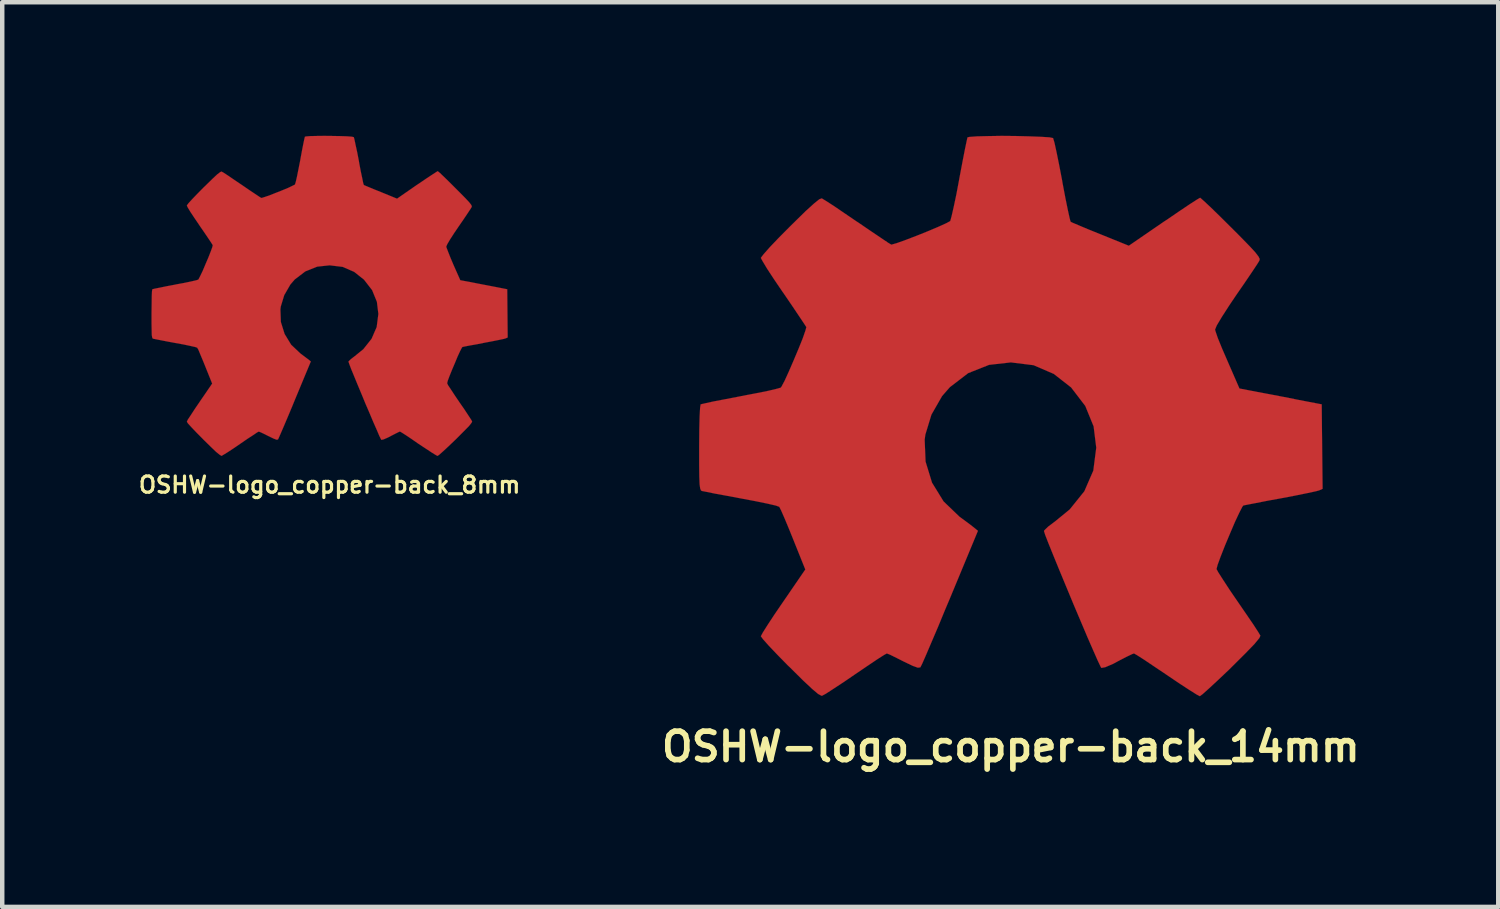
<source format=kicad_pcb>
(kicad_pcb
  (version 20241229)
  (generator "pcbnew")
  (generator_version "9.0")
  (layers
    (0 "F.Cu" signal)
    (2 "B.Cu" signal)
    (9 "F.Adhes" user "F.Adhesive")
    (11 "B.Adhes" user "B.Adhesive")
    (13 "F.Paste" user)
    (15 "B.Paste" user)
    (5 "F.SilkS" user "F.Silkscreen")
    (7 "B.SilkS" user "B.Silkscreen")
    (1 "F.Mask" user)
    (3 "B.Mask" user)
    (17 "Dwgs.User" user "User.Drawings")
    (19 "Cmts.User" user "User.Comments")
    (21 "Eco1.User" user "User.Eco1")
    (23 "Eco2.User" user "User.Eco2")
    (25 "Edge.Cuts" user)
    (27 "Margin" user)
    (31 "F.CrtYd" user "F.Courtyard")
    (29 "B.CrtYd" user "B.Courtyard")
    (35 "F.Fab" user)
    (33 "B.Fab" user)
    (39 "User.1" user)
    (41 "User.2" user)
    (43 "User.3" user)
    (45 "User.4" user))
  (footprint "OSHW-logo_copper-back_8mm"
    (layer "F.Cu")
    (at 4.351 3.595)
    (property "Reference" "OSHW-logo_copper-back_8mm" (at 0 4.242 0) (layer "F.SilkS") (effects (font (size 0.363 0.363) (thickness 0.071))))
    (attr through_hole)
    (fp_poly (pts (xy 2.423 3.592) (xy 2.383 3.571) (xy 2.289 3.513) (xy 2.154 3.424) (xy 1.996 3.32) (xy 1.839 3.211) (xy 1.709 3.124) (xy 1.618 3.066) (xy 1.58 3.045) (xy 1.56 3.051) (xy 1.483 3.089) (xy 1.374 3.145) (xy 1.311 3.178) (xy 1.212 3.221) (xy 1.161 3.231) (xy 1.153 3.216) (xy 1.115 3.139) (xy 1.059 3.007) (xy 0.983 2.835) (xy 0.897 2.631) (xy 0.803 2.413) (xy 0.711 2.189) (xy 0.622 1.976) (xy 0.544 1.786) (xy 0.48 1.631) (xy 0.439 1.521) (xy 0.424 1.476) (xy 0.429 1.466) (xy 0.48 1.417) (xy 0.566 1.351) (xy 0.757 1.196) (xy 0.942 0.963) (xy 1.057 0.699) (xy 1.095 0.404) (xy 1.062 0.132) (xy 0.955 -0.13) (xy 0.772 -0.366) (xy 0.551 -0.541) (xy 0.292 -0.653) (xy 0 -0.688) (xy -0.279 -0.658) (xy -0.546 -0.551) (xy -0.782 -0.371) (xy -0.881 -0.257) (xy -1.019 -0.018) (xy -1.097 0.239) (xy -1.105 0.302) (xy -1.095 0.584) (xy -1.011 0.853) (xy -0.864 1.095) (xy -0.658 1.29) (xy -0.63 1.311) (xy -0.536 1.382) (xy -0.472 1.43) (xy -0.422 1.471) (xy -0.78 2.332) (xy -0.836 2.469) (xy -0.935 2.705) (xy -1.021 2.908) (xy -1.09 3.068) (xy -1.138 3.178) (xy -1.158 3.221) (xy -1.161 3.223) (xy -1.191 3.228) (xy -1.257 3.203) (xy -1.377 3.145) (xy -1.458 3.104) (xy -1.549 3.061) (xy -1.59 3.045) (xy -1.626 3.063) (xy -1.712 3.122) (xy -1.841 3.205) (xy -1.994 3.31) (xy -2.141 3.411) (xy -2.276 3.5) (xy -2.375 3.561) (xy -2.423 3.589) (xy -2.431 3.589) (xy -2.471 3.564) (xy -2.55 3.5) (xy -2.667 3.388) (xy -2.832 3.226) (xy -2.857 3.2) (xy -2.995 3.061) (xy -3.106 2.944) (xy -3.18 2.863) (xy -3.205 2.824) (xy -3.183 2.776) (xy -3.119 2.68) (xy -3.03 2.543) (xy -2.921 2.383) (xy -2.637 1.968) (xy -2.794 1.577) (xy -2.842 1.458) (xy -2.903 1.313) (xy -2.946 1.209) (xy -2.972 1.163) (xy -3.012 1.148) (xy -3.122 1.123) (xy -3.277 1.09) (xy -3.459 1.057) (xy -3.637 1.024) (xy -3.797 0.993) (xy -3.912 0.97) (xy -3.962 0.96) (xy -3.975 0.953) (xy -3.985 0.927) (xy -3.993 0.874) (xy -3.995 0.777) (xy -3.998 0.625) (xy -3.998 0.404) (xy -3.998 0.381) (xy -3.995 0.17) (xy -3.993 0.003) (xy -3.988 -0.107) (xy -3.98 -0.15) (xy -3.929 -0.163) (xy -3.818 -0.185) (xy -3.658 -0.218) (xy -3.467 -0.254) (xy -3.457 -0.257) (xy -3.266 -0.292) (xy -3.109 -0.325) (xy -2.997 -0.351) (xy -2.951 -0.366) (xy -2.941 -0.378) (xy -2.903 -0.452) (xy -2.847 -0.569) (xy -2.786 -0.714) (xy -2.723 -0.861) (xy -2.67 -0.996) (xy -2.634 -1.095) (xy -2.624 -1.14) (xy -2.652 -1.186) (xy -2.718 -1.285) (xy -2.809 -1.42) (xy -2.921 -1.582) (xy -2.929 -1.595) (xy -3.038 -1.755) (xy -3.127 -1.89) (xy -3.185 -1.986) (xy -3.205 -2.029) (xy -3.205 -2.032) (xy -3.17 -2.08) (xy -3.089 -2.169) (xy -2.972 -2.291) (xy -2.832 -2.433) (xy -2.786 -2.477) (xy -2.631 -2.629) (xy -2.525 -2.728) (xy -2.456 -2.781) (xy -2.423 -2.794) (xy -2.423 -2.791) (xy -2.375 -2.764) (xy -2.273 -2.697) (xy -2.136 -2.603) (xy -1.974 -2.494) (xy -1.963 -2.487) (xy -1.803 -2.377) (xy -1.671 -2.289) (xy -1.575 -2.225) (xy -1.534 -2.2) (xy -1.527 -2.2) (xy -1.463 -2.22) (xy -1.349 -2.258) (xy -1.209 -2.314) (xy -1.062 -2.372) (xy -0.927 -2.428) (xy -0.826 -2.477) (xy -0.777 -2.502) (xy -0.777 -2.504) (xy -0.759 -2.563) (xy -0.732 -2.682) (xy -0.699 -2.847) (xy -0.66 -3.043) (xy -0.655 -3.073) (xy -0.62 -3.264) (xy -0.589 -3.421) (xy -0.566 -3.531) (xy -0.554 -3.576) (xy -0.528 -3.581) (xy -0.434 -3.589) (xy -0.292 -3.592) (xy -0.119 -3.594) (xy 0.061 -3.592) (xy 0.236 -3.589) (xy 0.389 -3.584) (xy 0.495 -3.576) (xy 0.541 -3.566) (xy 0.544 -3.564) (xy 0.559 -3.505) (xy 0.584 -3.386) (xy 0.62 -3.221) (xy 0.658 -3.023) (xy 0.663 -2.99) (xy 0.699 -2.799) (xy 0.732 -2.644) (xy 0.754 -2.535) (xy 0.767 -2.494) (xy 0.782 -2.484) (xy 0.861 -2.451) (xy 0.988 -2.398) (xy 1.148 -2.334) (xy 1.514 -2.184) (xy 1.961 -2.494) (xy 2.004 -2.522) (xy 2.164 -2.631) (xy 2.299 -2.72) (xy 2.39 -2.779) (xy 2.428 -2.802) (xy 2.431 -2.799) (xy 2.477 -2.761) (xy 2.565 -2.677) (xy 2.687 -2.558) (xy 2.827 -2.418) (xy 2.931 -2.314) (xy 3.056 -2.187) (xy 3.134 -2.103) (xy 3.178 -2.047) (xy 3.193 -2.014) (xy 3.188 -1.994) (xy 3.16 -1.948) (xy 3.094 -1.849) (xy 3.002 -1.712) (xy 2.893 -1.554) (xy 2.802 -1.42) (xy 2.705 -1.27) (xy 2.642 -1.163) (xy 2.619 -1.11) (xy 2.624 -1.087) (xy 2.657 -1.001) (xy 2.71 -0.866) (xy 2.776 -0.709) (xy 2.934 -0.353) (xy 3.167 -0.31) (xy 3.307 -0.282) (xy 3.505 -0.244) (xy 3.693 -0.208) (xy 3.988 -0.15) (xy 3.998 0.932) (xy 3.952 0.953) (xy 3.909 0.965) (xy 3.8 0.988) (xy 3.645 1.019) (xy 3.459 1.054) (xy 3.305 1.085) (xy 3.145 1.113) (xy 3.033 1.135) (xy 2.982 1.146) (xy 2.969 1.163) (xy 2.929 1.24) (xy 2.873 1.361) (xy 2.812 1.509) (xy 2.748 1.659) (xy 2.692 1.798) (xy 2.652 1.905) (xy 2.639 1.961) (xy 2.659 2.004) (xy 2.72 2.095) (xy 2.807 2.228) (xy 2.913 2.385) (xy 3.023 2.543) (xy 3.111 2.677) (xy 3.175 2.774) (xy 3.2 2.817) (xy 3.188 2.847) (xy 3.127 2.924) (xy 3.007 3.045) (xy 2.832 3.221) (xy 2.802 3.249) (xy 2.662 3.383) (xy 2.543 3.493) (xy 2.461 3.566) (xy 2.423 3.592)) (stroke (width 0.003) (type solid)) (fill yes) (layer "F.Cu")))
  (footprint "OSHW-logo_copper-back_14mm"
    (layer "F.Cu")
    (at 19.647 6.293)
    (property "Reference" "OSHW-logo_copper-back_14mm" (at 0 7.424 0) (layer "F.SilkS") (effects (font (size 0.638 0.638) (thickness 0.127))))
    (attr through_hole)
    (fp_poly (pts (xy 4.244 6.289) (xy 4.171 6.251) (xy 4.006 6.147) (xy 3.772 5.994) (xy 3.498 5.809) (xy 3.218 5.621) (xy 2.992 5.469) (xy 2.832 5.367) (xy 2.766 5.329) (xy 2.728 5.342) (xy 2.596 5.405) (xy 2.405 5.504) (xy 2.296 5.563) (xy 2.118 5.639) (xy 2.032 5.654) (xy 2.017 5.629) (xy 1.953 5.494) (xy 1.852 5.265) (xy 1.72 4.963) (xy 1.57 4.608) (xy 1.407 4.224) (xy 1.245 3.833) (xy 1.09 3.459) (xy 0.953 3.124) (xy 0.843 2.852) (xy 0.77 2.664) (xy 0.744 2.581) (xy 0.752 2.565) (xy 0.841 2.479) (xy 0.993 2.365) (xy 1.323 2.095) (xy 1.651 1.687) (xy 1.852 1.224) (xy 1.918 0.709) (xy 1.859 0.231) (xy 1.671 -0.229) (xy 1.354 -0.643) (xy 0.965 -0.947) (xy 0.511 -1.143) (xy 0 -1.206) (xy -0.488 -1.151) (xy -0.958 -0.965) (xy -1.369 -0.65) (xy -1.544 -0.45) (xy -1.783 -0.033) (xy -1.92 0.417) (xy -1.935 0.531) (xy -1.915 1.021) (xy -1.77 1.494) (xy -1.511 1.915) (xy -1.151 2.261) (xy -1.105 2.294) (xy -0.937 2.418) (xy -0.826 2.504) (xy -0.739 2.576) (xy -1.364 4.082) (xy -1.466 4.323) (xy -1.636 4.735) (xy -1.788 5.09) (xy -1.908 5.372) (xy -1.991 5.56) (xy -2.029 5.636) (xy -2.032 5.641) (xy -2.088 5.649) (xy -2.202 5.608) (xy -2.413 5.507) (xy -2.553 5.436) (xy -2.713 5.357) (xy -2.784 5.329) (xy -2.845 5.362) (xy -3 5.461) (xy -3.223 5.611) (xy -3.493 5.794) (xy -3.749 5.969) (xy -3.985 6.124) (xy -4.158 6.236) (xy -4.239 6.279) (xy -4.252 6.279) (xy -4.328 6.238) (xy -4.463 6.124) (xy -4.669 5.931) (xy -4.958 5.644) (xy -5.004 5.601) (xy -5.243 5.357) (xy -5.436 5.154) (xy -5.565 5.009) (xy -5.613 4.943) (xy -5.57 4.862) (xy -5.461 4.689) (xy -5.304 4.45) (xy -5.113 4.171) (xy -4.615 3.444) (xy -4.889 2.761) (xy -4.973 2.553) (xy -5.08 2.296) (xy -5.159 2.116) (xy -5.199 2.037) (xy -5.276 2.009) (xy -5.461 1.966) (xy -5.733 1.91) (xy -6.058 1.849) (xy -6.365 1.791) (xy -6.645 1.74) (xy -6.845 1.699) (xy -6.937 1.681) (xy -6.957 1.669) (xy -6.975 1.626) (xy -6.988 1.532) (xy -6.995 1.361) (xy -6.998 1.095) (xy -6.998 0.709) (xy -6.998 0.668) (xy -6.995 0.297) (xy -6.988 0.005) (xy -6.977 -0.188) (xy -6.965 -0.264) (xy -6.878 -0.284) (xy -6.68 -0.328) (xy -6.403 -0.381) (xy -6.071 -0.445) (xy -6.05 -0.45) (xy -5.718 -0.513) (xy -5.441 -0.569) (xy -5.248 -0.615) (xy -5.164 -0.64) (xy -5.149 -0.663) (xy -5.08 -0.792) (xy -4.986 -0.998) (xy -4.877 -1.25) (xy -4.768 -1.509) (xy -4.674 -1.742) (xy -4.613 -1.918) (xy -4.592 -1.996) (xy -4.592 -1.999) (xy -4.643 -2.078) (xy -4.757 -2.248) (xy -4.917 -2.487) (xy -5.11 -2.769) (xy -5.126 -2.791) (xy -5.316 -3.071) (xy -5.471 -3.307) (xy -5.573 -3.477) (xy -5.613 -3.551) (xy -5.611 -3.556) (xy -5.547 -3.64) (xy -5.405 -3.8) (xy -5.202 -4.013) (xy -4.956 -4.26) (xy -4.879 -4.336) (xy -4.608 -4.602) (xy -4.417 -4.775) (xy -4.3 -4.869) (xy -4.244 -4.889) (xy -4.242 -4.887) (xy -4.158 -4.836) (xy -3.98 -4.722) (xy -3.741 -4.559) (xy -3.457 -4.366) (xy -3.437 -4.354) (xy -3.157 -4.163) (xy -2.924 -4.006) (xy -2.758 -3.894) (xy -2.687 -3.851) (xy -2.675 -3.851) (xy -2.56 -3.884) (xy -2.362 -3.955) (xy -2.116 -4.049) (xy -1.857 -4.153) (xy -1.623 -4.252) (xy -1.445 -4.333) (xy -1.361 -4.379) (xy -1.359 -4.384) (xy -1.331 -4.486) (xy -1.283 -4.694) (xy -1.222 -4.983) (xy -1.158 -5.324) (xy -1.148 -5.38) (xy -1.085 -5.712) (xy -1.031 -5.989) (xy -0.991 -6.18) (xy -0.973 -6.259) (xy -0.925 -6.269) (xy -0.762 -6.281) (xy -0.513 -6.287) (xy -0.211 -6.292) (xy 0.107 -6.289) (xy 0.417 -6.281) (xy 0.681 -6.271) (xy 0.869 -6.259) (xy 0.947 -6.243) (xy 0.95 -6.238) (xy 0.98 -6.137) (xy 1.026 -5.926) (xy 1.085 -5.636) (xy 1.151 -5.293) (xy 1.161 -5.232) (xy 1.224 -4.9) (xy 1.28 -4.625) (xy 1.321 -4.44) (xy 1.341 -4.366) (xy 1.372 -4.348) (xy 1.509 -4.29) (xy 1.732 -4.196) (xy 2.009 -4.084) (xy 2.649 -3.825) (xy 3.434 -4.364) (xy 3.508 -4.412) (xy 3.79 -4.605) (xy 4.021 -4.76) (xy 4.183 -4.864) (xy 4.249 -4.902) (xy 4.255 -4.9) (xy 4.333 -4.831) (xy 4.491 -4.684) (xy 4.702 -4.478) (xy 4.95 -4.232) (xy 5.133 -4.049) (xy 5.349 -3.828) (xy 5.486 -3.68) (xy 5.56 -3.584) (xy 5.588 -3.528) (xy 5.58 -3.49) (xy 5.53 -3.409) (xy 5.415 -3.236) (xy 5.253 -2.997) (xy 5.062 -2.72) (xy 4.905 -2.487) (xy 4.735 -2.223) (xy 4.623 -2.035) (xy 4.585 -1.943) (xy 4.595 -1.905) (xy 4.648 -1.75) (xy 4.742 -1.519) (xy 4.862 -1.242) (xy 5.133 -0.62) (xy 5.542 -0.541) (xy 5.789 -0.495) (xy 6.134 -0.429) (xy 6.464 -0.363) (xy 6.98 -0.264) (xy 7 1.633) (xy 6.919 1.669) (xy 6.843 1.689) (xy 6.652 1.73) (xy 6.378 1.786) (xy 6.058 1.847) (xy 5.781 1.897) (xy 5.507 1.951) (xy 5.309 1.989) (xy 5.22 2.007) (xy 5.197 2.037) (xy 5.128 2.172) (xy 5.029 2.383) (xy 4.92 2.639) (xy 4.808 2.906) (xy 4.712 3.15) (xy 4.643 3.338) (xy 4.618 3.434) (xy 4.656 3.505) (xy 4.76 3.668) (xy 4.912 3.901) (xy 5.1 4.176) (xy 5.288 4.45) (xy 5.448 4.684) (xy 5.558 4.854) (xy 5.603 4.93) (xy 5.58 4.983) (xy 5.471 5.116) (xy 5.263 5.331) (xy 4.956 5.636) (xy 4.905 5.687) (xy 4.658 5.921) (xy 4.453 6.111) (xy 4.308 6.241) (xy 4.244 6.289)) (stroke (width 0.003) (type solid)) (fill yes) (layer "F.Cu")))
  (gr_rect
    (start -3 -3)
    (end 30.591 17.313)
    (stroke (width 0.1) (type default))
    (fill no)
    (layer "Edge.Cuts")))
</source>
